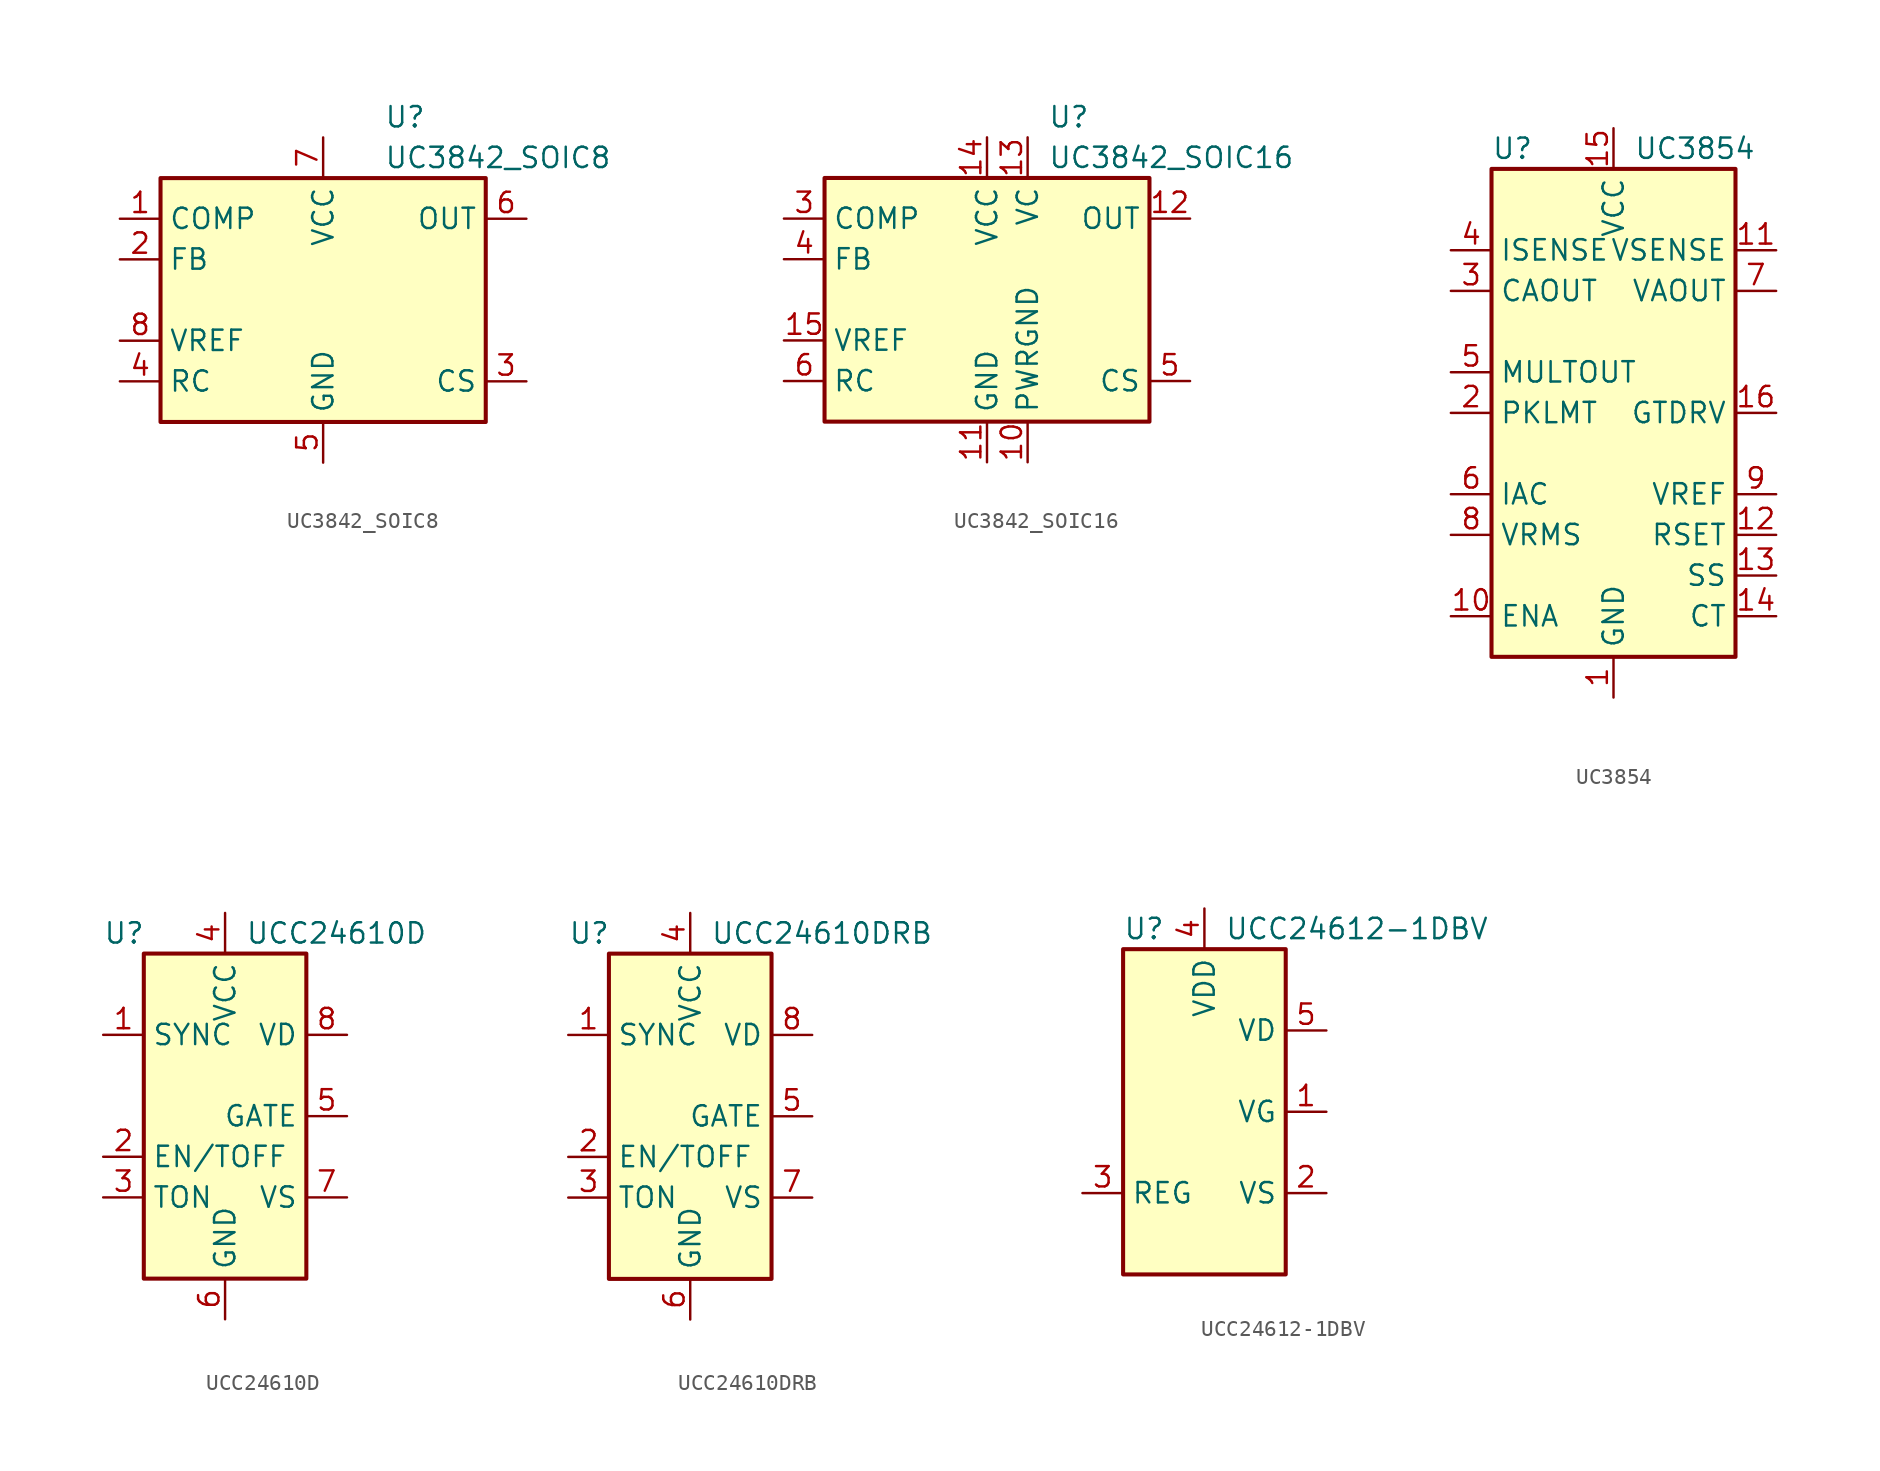
<source format=kicad_sym>
(kicad_symbol_lib
  (version 20201005)
  (generator kicad_symbol_editor)
  (symbol "Regulator_Controller:UC3842_SOIC8"
    (property "Reference" "U"
      (at 3.81 11.43 0)
      (effects (font (size 1.27 1.27)) (justify left)))
    (property "Value" "UC3842_SOIC8"
      (at 3.81 8.89 0)
      (effects (font (size 1.27 1.27)) (justify left)))
    (symbol "UC3842_SOIC8_0_1"
      (rectangle (start -10.16 -7.62) (end 10.16 7.62) (stroke (width 0.254)) (fill (type background))))
    (symbol "UC3842_SOIC8_1_1"
      (pin passive line (at -12.7 5.08 0) (length 2.54) (name "COMP" (effects (font (size 1.27 1.27)))) (number "1" (effects (font (size 1.27 1.27)))))
      (pin input line (at -12.7 2.54 0) (length 2.54) (name "FB" (effects (font (size 1.27 1.27)))) (number "2" (effects (font (size 1.27 1.27)))))
      (pin input line (at 12.7 -5.08 180) (length 2.54) (name "CS" (effects (font (size 1.27 1.27)))) (number "3" (effects (font (size 1.27 1.27)))))
      (pin passive line (at -12.7 -5.08 0) (length 2.54) (name "RC" (effects (font (size 1.27 1.27)))) (number "4" (effects (font (size 1.27 1.27)))))
      (pin power_in line (at 0 -10.16 90) (length 2.54) (name "GND" (effects (font (size 1.27 1.27)))) (number "5" (effects (font (size 1.27 1.27)))))
      (pin output line (at 12.7 5.08 180) (length 2.54) (name "OUT" (effects (font (size 1.27 1.27)))) (number "6" (effects (font (size 1.27 1.27)))))
      (pin power_in line (at 0 10.16 270) (length 2.54) (name "VCC" (effects (font (size 1.27 1.27)))) (number "7" (effects (font (size 1.27 1.27)))))
      (pin power_out line (at -12.7 -2.54 0) (length 2.54) (name "VREF" (effects (font (size 1.27 1.27)))) (number "8" (effects (font (size 1.27 1.27)))))))
  (symbol "Regulator_Controller:UC3842_SOIC16"
    (property "Reference" "U"
      (at 3.81 11.43 0)
      (effects (font (size 1.27 1.27)) (justify left)))
    (property "Value" "UC3842_SOIC16"
      (at 3.81 8.89 0)
      (effects (font (size 1.27 1.27)) (justify left)))
    (symbol "UC3842_SOIC16_0_1"
      (rectangle (start -10.16 -7.62) (end 10.16 7.62) (stroke (width 0.254)) (fill (type background))))
    (symbol "UC3842_SOIC16_1_1"
      (pin no_connect line (at -10.16 -7.62 90) (length 2.54) hide (name "NC" (effects (font (size 1.27 1.27)))) (number "1" (effects (font (size 1.27 1.27)))))
      (pin power_in line (at 2.54 -10.16 90) (length 2.54) (name "PWRGND" (effects (font (size 1.27 1.27)))) (number "10" (effects (font (size 1.27 1.27)))))
      (pin power_in line (at 0 -10.16 90) (length 2.54) (name "GND" (effects (font (size 1.27 1.27)))) (number "11" (effects (font (size 1.27 1.27)))))
      (pin output line (at 12.7 5.08 180) (length 2.54) (name "OUT" (effects (font (size 1.27 1.27)))) (number "12" (effects (font (size 1.27 1.27)))))
      (pin power_in line (at 2.54 10.16 270) (length 2.54) (name "VC" (effects (font (size 1.27 1.27)))) (number "13" (effects (font (size 1.27 1.27)))))
      (pin power_in line (at 0 10.16 270) (length 2.54) (name "VCC" (effects (font (size 1.27 1.27)))) (number "14" (effects (font (size 1.27 1.27)))))
      (pin power_out line (at -12.7 -2.54 0) (length 2.54) (name "VREF" (effects (font (size 1.27 1.27)))) (number "15" (effects (font (size 1.27 1.27)))))
      (pin no_connect line (at 7.62 -7.62 90) (length 2.54) hide (name "NC" (effects (font (size 1.27 1.27)))) (number "16" (effects (font (size 1.27 1.27)))))
      (pin no_connect line (at -7.62 -7.62 90) (length 2.54) hide (name "NC" (effects (font (size 1.27 1.27)))) (number "2" (effects (font (size 1.27 1.27)))))
      (pin passive line (at -12.7 5.08 0) (length 2.54) (name "COMP" (effects (font (size 1.27 1.27)))) (number "3" (effects (font (size 1.27 1.27)))))
      (pin input line (at -12.7 2.54 0) (length 2.54) (name "FB" (effects (font (size 1.27 1.27)))) (number "4" (effects (font (size 1.27 1.27)))))
      (pin input line (at 12.7 -5.08 180) (length 2.54) (name "CS" (effects (font (size 1.27 1.27)))) (number "5" (effects (font (size 1.27 1.27)))))
      (pin passive line (at -12.7 -5.08 0) (length 2.54) (name "RC" (effects (font (size 1.27 1.27)))) (number "6" (effects (font (size 1.27 1.27)))))
      (pin no_connect line (at -5.08 -7.62 90) (length 2.54) hide (name "NC" (effects (font (size 1.27 1.27)))) (number "7" (effects (font (size 1.27 1.27)))))
      (pin no_connect line (at -2.54 -7.62 90) (length 2.54) hide (name "NC" (effects (font (size 1.27 1.27)))) (number "8" (effects (font (size 1.27 1.27)))))
      (pin no_connect line (at 5.08 -7.62 90) (length 2.54) hide (name "NC" (effects (font (size 1.27 1.27)))) (number "9" (effects (font (size 1.27 1.27)))))))
  (symbol "Regulator_Controller:UC3854"
    (property "Reference" "U"
      (at -7.62 16.51 0)
      (effects (font (size 1.27 1.27)) (justify left)))
    (property "Value" "UC3854"
      (at 1.27 16.51 0)
      (effects (font (size 1.27 1.27)) (justify left)))
    (symbol "UC3854_0_0"
      (rectangle (start -7.62 15.24) (end 7.62 -15.24) (stroke (width 0.254)) (fill (type background))))
    (symbol "UC3854_1_1"
      (pin power_in line (at 0 -17.78 90) (length 2.54) (name "GND" (effects (font (size 1.27 1.27)))) (number "1" (effects (font (size 1.27 1.27)))))
      (pin input line (at -10.16 -12.7 0) (length 2.54) (name "ENA" (effects (font (size 1.27 1.27)))) (number "10" (effects (font (size 1.27 1.27)))))
      (pin input line (at 10.16 10.16 180) (length 2.54) (name "VSENSE" (effects (font (size 1.27 1.27)))) (number "11" (effects (font (size 1.27 1.27)))))
      (pin passive line (at 10.16 -7.62 180) (length 2.54) (name "RSET" (effects (font (size 1.27 1.27)))) (number "12" (effects (font (size 1.27 1.27)))))
      (pin passive line (at 10.16 -10.16 180) (length 2.54) (name "SS" (effects (font (size 1.27 1.27)))) (number "13" (effects (font (size 1.27 1.27)))))
      (pin passive line (at 10.16 -12.7 180) (length 2.54) (name "CT" (effects (font (size 1.27 1.27)))) (number "14" (effects (font (size 1.27 1.27)))))
      (pin power_in line (at 0 17.78 270) (length 2.54) (name "VCC" (effects (font (size 1.27 1.27)))) (number "15" (effects (font (size 1.27 1.27)))))
      (pin output line (at 10.16 0 180) (length 2.54) (name "GTDRV" (effects (font (size 1.27 1.27)))) (number "16" (effects (font (size 1.27 1.27)))))
      (pin input line (at -10.16 0 0) (length 2.54) (name "PKLMT" (effects (font (size 1.27 1.27)))) (number "2" (effects (font (size 1.27 1.27)))))
      (pin output line (at -10.16 7.62 0) (length 2.54) (name "CAOUT" (effects (font (size 1.27 1.27)))) (number "3" (effects (font (size 1.27 1.27)))))
      (pin input line (at -10.16 10.16 0) (length 2.54) (name "ISENSE" (effects (font (size 1.27 1.27)))) (number "4" (effects (font (size 1.27 1.27)))))
      (pin passive line (at -10.16 2.54 0) (length 2.54) (name "MULTOUT" (effects (font (size 1.27 1.27)))) (number "5" (effects (font (size 1.27 1.27)))))
      (pin input line (at -10.16 -5.08 0) (length 2.54) (name "IAC" (effects (font (size 1.27 1.27)))) (number "6" (effects (font (size 1.27 1.27)))))
      (pin output line (at 10.16 7.62 180) (length 2.54) (name "VAOUT" (effects (font (size 1.27 1.27)))) (number "7" (effects (font (size 1.27 1.27)))))
      (pin input line (at -10.16 -7.62 0) (length 2.54) (name "VRMS" (effects (font (size 1.27 1.27)))) (number "8" (effects (font (size 1.27 1.27)))))
      (pin output line (at 10.16 -5.08 180) (length 2.54) (name "VREF" (effects (font (size 1.27 1.27)))) (number "9" (effects (font (size 1.27 1.27)))))))
  (symbol "Regulator_Controller:UCC24610D"
    (property "Reference" "U"
      (at -7.62 11.43 0)
      (effects (font (size 1.27 1.27)) (justify left)))
    (property "Value" "UCC24610D"
      (at 1.27 11.43 0)
      (effects (font (size 1.27 1.27)) (justify left)))
    (symbol "UCC24610D_0_1"
      (rectangle (start -5.08 -10.16) (end 5.08 10.16) (stroke (width 0.254)) (fill (type background))))
    (symbol "UCC24610D_1_1"
      (pin input line (at -7.62 5.08 0) (length 2.54) (name "SYNC" (effects (font (size 1.27 1.27)))) (number "1" (effects (font (size 1.27 1.27)))))
      (pin input line (at -7.62 -2.54 0) (length 2.54) (name "EN/TOFF" (effects (font (size 1.27 1.27)))) (number "2" (effects (font (size 1.27 1.27)))))
      (pin input line (at -7.62 -5.08 0) (length 2.54) (name "TON" (effects (font (size 1.27 1.27)))) (number "3" (effects (font (size 1.27 1.27)))))
      (pin power_in line (at 0 12.7 270) (length 2.54) (name "VCC" (effects (font (size 1.27 1.27)))) (number "4" (effects (font (size 1.27 1.27)))))
      (pin output line (at 7.62 0 180) (length 2.54) (name "GATE" (effects (font (size 1.27 1.27)))) (number "5" (effects (font (size 1.27 1.27)))))
      (pin power_in line (at 0 -12.7 90) (length 2.54) (name "GND" (effects (font (size 1.27 1.27)))) (number "6" (effects (font (size 1.27 1.27)))))
      (pin input line (at 7.62 -5.08 180) (length 2.54) (name "VS" (effects (font (size 1.27 1.27)))) (number "7" (effects (font (size 1.27 1.27)))))
      (pin input line (at 7.62 5.08 180) (length 2.54) (name "VD" (effects (font (size 1.27 1.27)))) (number "8" (effects (font (size 1.27 1.27)))))))
  (symbol "Regulator_Controller:UCC24610DRB"
    (property "Reference" "U"
      (at -7.62 11.43 0)
      (effects (font (size 1.27 1.27)) (justify left)))
    (property "Value" "UCC24610DRB"
      (at 1.27 11.43 0)
      (effects (font (size 1.27 1.27)) (justify left)))
    (symbol "UCC24610DRB_0_1"
      (rectangle (start -5.08 -10.16) (end 5.08 10.16) (stroke (width 0.254)) (fill (type background))))
    (symbol "UCC24610DRB_1_1"
      (pin input line (at -7.62 5.08 0) (length 2.54) (name "SYNC" (effects (font (size 1.27 1.27)))) (number "1" (effects (font (size 1.27 1.27)))))
      (pin input line (at -7.62 -2.54 0) (length 2.54) (name "EN/TOFF" (effects (font (size 1.27 1.27)))) (number "2" (effects (font (size 1.27 1.27)))))
      (pin input line (at -7.62 -5.08 0) (length 2.54) (name "TON" (effects (font (size 1.27 1.27)))) (number "3" (effects (font (size 1.27 1.27)))))
      (pin power_in line (at 0 12.7 270) (length 2.54) (name "VCC" (effects (font (size 1.27 1.27)))) (number "4" (effects (font (size 1.27 1.27)))))
      (pin output line (at 7.62 0 180) (length 2.54) (name "GATE" (effects (font (size 1.27 1.27)))) (number "5" (effects (font (size 1.27 1.27)))))
      (pin power_in line (at 0 -12.7 90) (length 2.54) (name "GND" (effects (font (size 1.27 1.27)))) (number "6" (effects (font (size 1.27 1.27)))))
      (pin input line (at 7.62 -5.08 180) (length 2.54) (name "VS" (effects (font (size 1.27 1.27)))) (number "7" (effects (font (size 1.27 1.27)))))
      (pin input line (at 7.62 5.08 180) (length 2.54) (name "VD" (effects (font (size 1.27 1.27)))) (number "8" (effects (font (size 1.27 1.27)))))))
  (symbol "Regulator_Controller:UCC24612-1DBV"
    (property "Reference" "U"
      (at -5.08 11.43 0)
      (effects (font (size 1.27 1.27)) (justify left)))
    (property "Value" "UCC24612-1DBV"
      (at 1.27 11.43 0)
      (effects (font (size 1.27 1.27)) (justify left)))
    (symbol "UCC24612-1DBV_0_1"
      (rectangle (start -5.08 -10.16) (end 5.08 10.16) (stroke (width 0.254)) (fill (type background))))
    (symbol "UCC24612-1DBV_1_1"
      (pin output line (at 7.62 0 180) (length 2.54) (name "VG" (effects (font (size 1.27 1.27)))) (number "1" (effects (font (size 1.27 1.27)))))
      (pin input line (at 7.62 -5.08 180) (length 2.54) (name "VS" (effects (font (size 1.27 1.27)))) (number "2" (effects (font (size 1.27 1.27)))))
      (pin passive line (at -7.62 -5.08 0) (length 2.54) (name "REG" (effects (font (size 1.27 1.27)))) (number "3" (effects (font (size 1.27 1.27)))))
      (pin power_in line (at 0 12.7 270) (length 2.54) (name "VDD" (effects (font (size 1.27 1.27)))) (number "4" (effects (font (size 1.27 1.27)))))
      (pin input line (at 7.62 5.08 180) (length 2.54) (name "VD" (effects (font (size 1.27 1.27)))) (number "5" (effects (font (size 1.27 1.27))))))))
</source>
